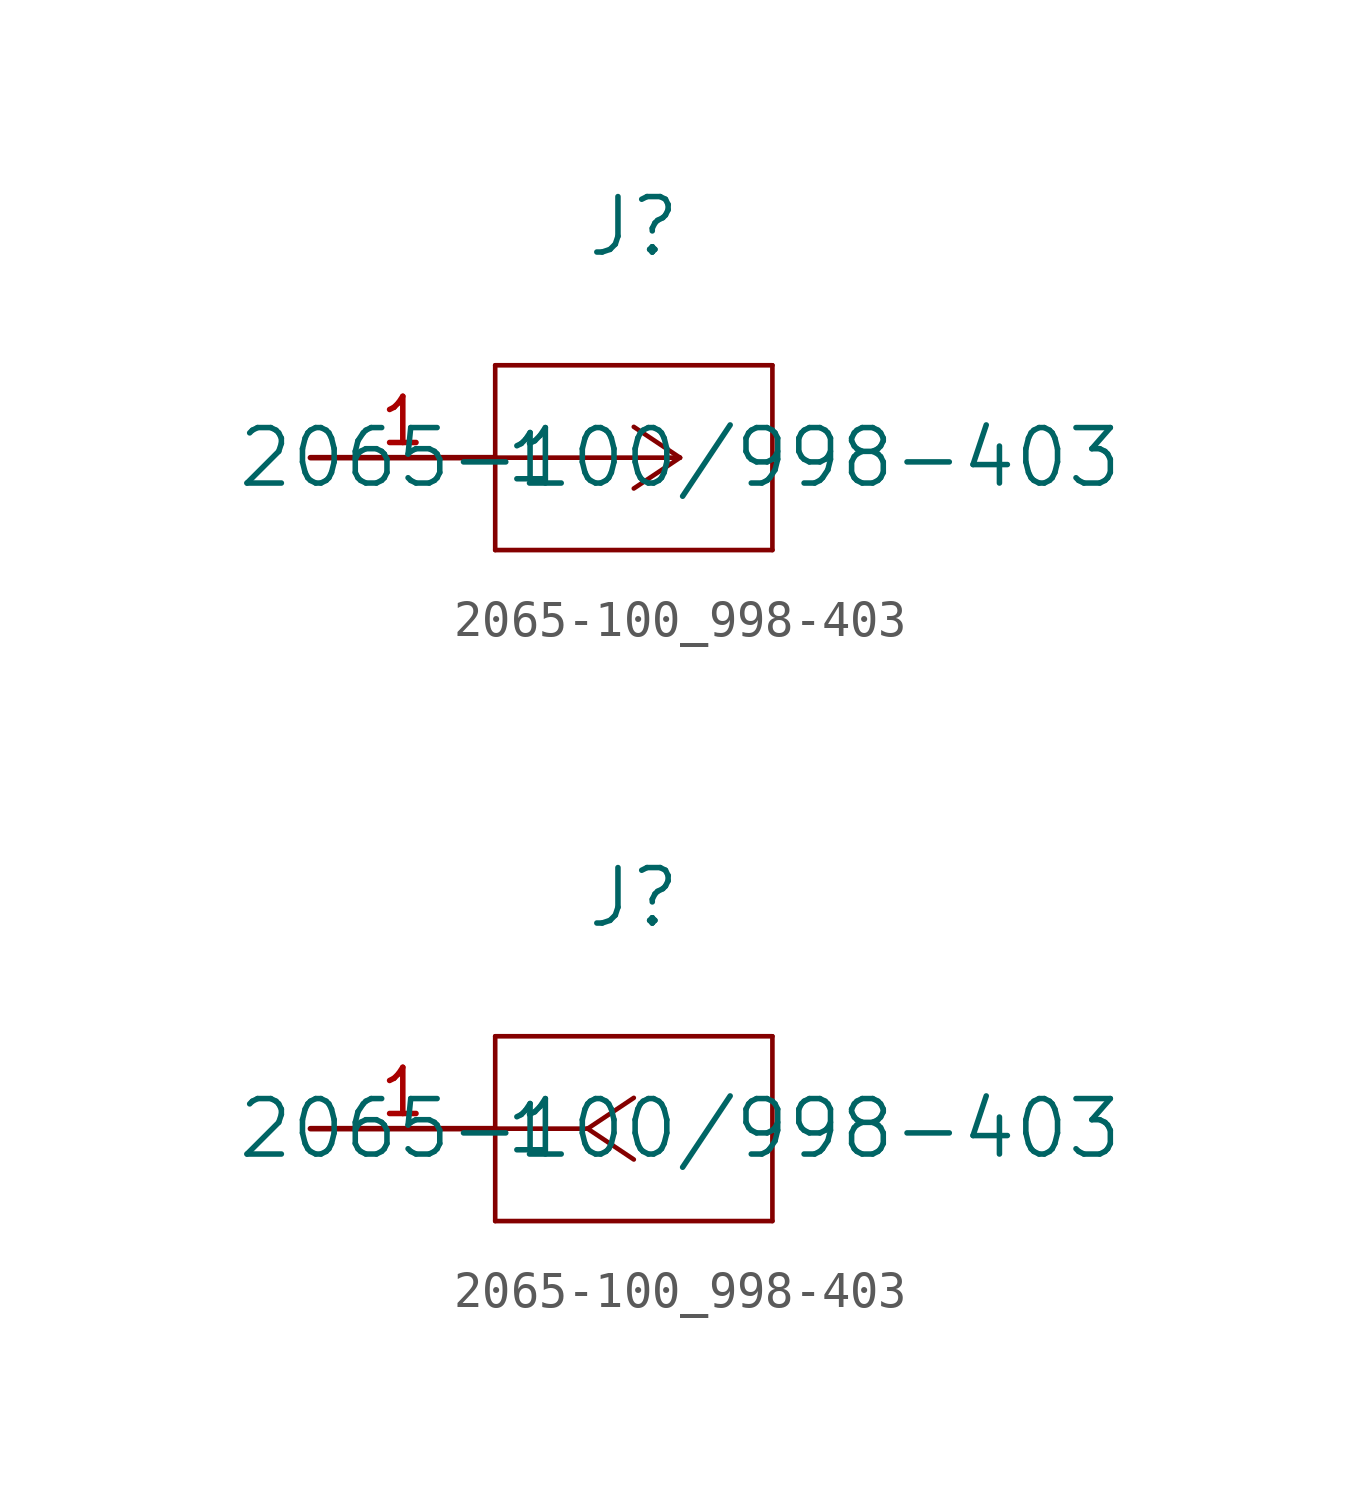
<source format=kicad_sym>
(kicad_symbol_lib
  (version 20211014)
  (generator kicad_symbol_editor)
  (symbol "2065-100_998-403"
    (pin_names
      (offset 0.254))
    (property "Reference" "J"
      (at -1.27 6.35 0)
      (effects (font (size 1.524 1.524))))
    (property "Value" "2065-100/998-403"
      (at 0 0 0)
      (effects (font (size 1.524 1.524))))
    (symbol "2065-100_998-403_1_1"
      (polyline (pts (xy 0 0) (xy -5.08 0)) (stroke (width 0.127) (type default) (color 0 0 0 0)) (fill (type none)))
      (polyline (pts (xy 0 0) (xy -1.27 0.847)) (stroke (width 0.127) (type default) (color 0 0 0 0)) (fill (type none)))
      (polyline (pts (xy 0 0) (xy -1.27 -0.847)) (stroke (width 0.127) (type default) (color 0 0 0 0)) (fill (type none)))
      (polyline (pts (xy -5.08 2.54) (xy -5.08 -2.54)) (stroke (width 0.127) (type default) (color 0 0 0 0)) (fill (type none)))
      (polyline (pts (xy -5.08 -2.54) (xy 2.54 -2.54)) (stroke (width 0.127) (type default) (color 0 0 0 0)) (fill (type none)))
      (polyline (pts (xy 2.54 -2.54) (xy 2.54 2.54)) (stroke (width 0.127) (type default) (color 0 0 0 0)) (fill (type none)))
      (polyline (pts (xy 2.54 2.54) (xy -5.08 2.54)) (stroke (width 0.127) (type default) (color 0 0 0 0)) (fill (type none)))
      (pin unspecified line (at -10.16 0 0) (length 5.08) (name "1" (effects (font (size 1.27 1.27)))) (number "1" (effects (font (size 1.27 1.27))))))
    (symbol "2065-100_998-403_1_2"
      (polyline (pts (xy -2.54 0) (xy -5.08 0)) (stroke (width 0.127) (type default) (color 0 0 0 0)) (fill (type none)))
      (polyline (pts (xy -2.54 0) (xy -1.27 0.847)) (stroke (width 0.127) (type default) (color 0 0 0 0)) (fill (type none)))
      (polyline (pts (xy -2.54 0) (xy -1.27 -0.847)) (stroke (width 0.127) (type default) (color 0 0 0 0)) (fill (type none)))
      (polyline (pts (xy -5.08 2.54) (xy -5.08 -2.54)) (stroke (width 0.127) (type default) (color 0 0 0 0)) (fill (type none)))
      (polyline (pts (xy -5.08 -2.54) (xy 2.54 -2.54)) (stroke (width 0.127) (type default) (color 0 0 0 0)) (fill (type none)))
      (polyline (pts (xy 2.54 -2.54) (xy 2.54 2.54)) (stroke (width 0.127) (type default) (color 0 0 0 0)) (fill (type none)))
      (polyline (pts (xy 2.54 2.54) (xy -5.08 2.54)) (stroke (width 0.127) (type default) (color 0 0 0 0)) (fill (type none)))
      (pin unspecified line (at -10.16 0 0) (length 5.08) (name "1" (effects (font (size 1.27 1.27)))) (number "1" (effects (font (size 1.27 1.27))))))))
</source>
